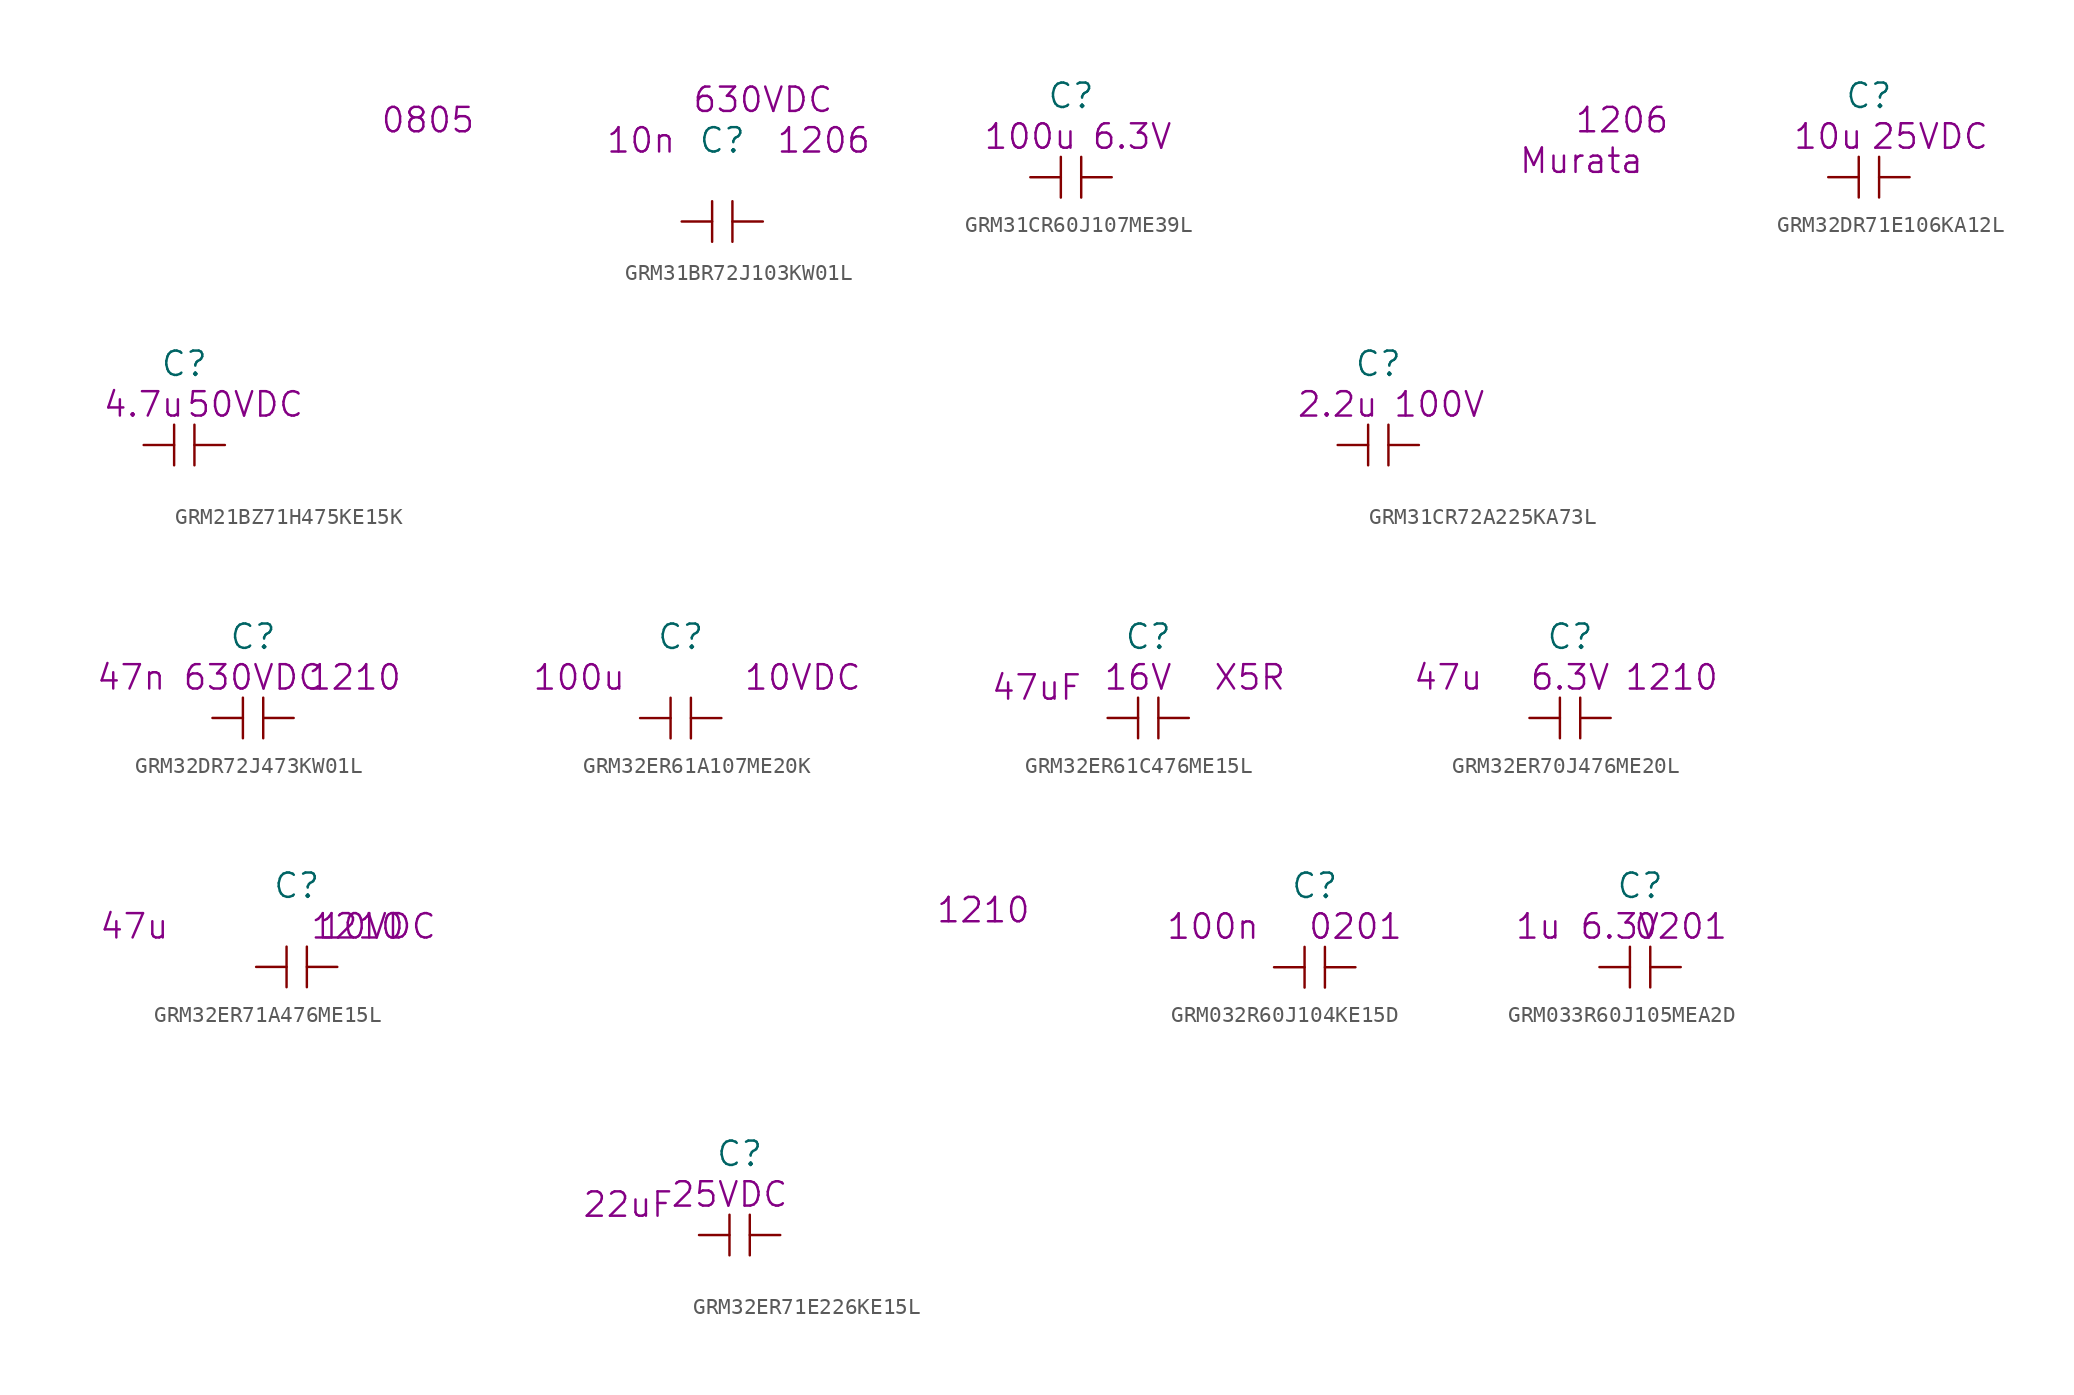
<source format=kicad_sym>
(kicad_symbol_lib
  (version 20220914)
  (generator kicad_symbol_editor)
  (symbol "GRM21BZ71H475KE15K"
    (pin_numbers hide)
    (pin_names
      (offset 1.016) hide)
    (property "Reference" "C"
      (at 0 5.08 0)
      (effects (font (size 1.524 1.524))))
    (property "Value2" "4.7u"
      (at -2.54 2.54 0)
      (effects (font (size 1.524 1.524))))
    (property "Rating" "50VDC"
      (at 3.81 2.54 0)
      (effects (font (size 1.524 1.524))))
    (property "Size" "0805"
      (at 15.24 20.32 0)
      (effects (font (size 1.524 1.524))))
    (symbol "GRM21BZ71H475KE15K_0_1"
      (polyline (pts (xy -0.635 -1.27) (xy -0.635 1.27)) (stroke (width 0) (type solid)) (fill (type none)))
      (polyline (pts (xy 0.635 1.27) (xy 0.635 -1.27)) (stroke (width 0) (type solid)) (fill (type none))))
    (symbol "GRM21BZ71H475KE15K_1_1"
      (pin passive line (at -2.54 0 0) (length 1.905) (name "1" (effects (font (size 1.27 1.27)))) (number "1" (effects (font (size 1.27 1.27)))))
      (pin passive line (at 2.54 0 180) (length 1.905) (name "2" (effects (font (size 1.27 1.27)))) (number "2" (effects (font (size 1.27 1.27)))))))
  (symbol "GRM31BR72J103KW01L"
    (pin_numbers hide)
    (pin_names
      (offset 1.016) hide)
    (property "Reference" "C"
      (at 0 5.08 0)
      (effects (font (size 1.524 1.524))))
    (property "Datasheet" ""
      (at 0 5.08 0)
      (effects (font (size 1.524 1.524))))
    (property "Value2" "10n"
      (at -5.08 5.08 0)
      (effects (font (size 1.524 1.524))))
    (property "Size" "1206"
      (at 6.35 5.08 0)
      (effects (font (size 1.524 1.524))))
    (property "Rating" "630VDC"
      (at 2.54 7.62 0)
      (effects (font (size 1.524 1.524))))
    (symbol "GRM31BR72J103KW01L_0_1"
      (polyline (pts (xy -0.635 -1.27) (xy -0.635 1.27)) (stroke (width 0) (type solid)) (fill (type none)))
      (polyline (pts (xy 0.635 1.27) (xy 0.635 -1.27)) (stroke (width 0) (type solid)) (fill (type none))))
    (symbol "GRM31BR72J103KW01L_1_1"
      (pin passive line (at -2.54 0 0) (length 1.905) (name "1" (effects (font (size 1.27 1.27)))) (number "1" (effects (font (size 1.27 1.27)))))
      (pin passive line (at 2.54 0 180) (length 1.905) (name "2" (effects (font (size 1.27 1.27)))) (number "2" (effects (font (size 1.27 1.27)))))))
  (symbol "GRM31CR60J107ME39L"
    (pin_numbers hide)
    (pin_names
      (offset 1.016) hide)
    (property "Reference" "C"
      (at 0 5.08 0)
      (effects (font (size 1.524 1.524))))
    (property "Datasheet" ""
      (at 0 0 0)
      (effects (font (size 1.524 1.524))))
    (property "Value2" "100u"
      (at -2.54 2.54 0)
      (effects (font (size 1.524 1.524))))
    (property "Rating" "6.3V"
      (at 3.81 2.54 0)
      (effects (font (size 1.524 1.524))))
    (symbol "GRM31CR60J107ME39L_0_1"
      (polyline (pts (xy -0.635 -1.27) (xy -0.635 1.27)) (stroke (width 0) (type solid)) (fill (type none)))
      (polyline (pts (xy 0.635 1.27) (xy 0.635 -1.27)) (stroke (width 0) (type solid)) (fill (type none))))
    (symbol "GRM31CR60J107ME39L_1_1"
      (pin input line (at -2.54 0 0) (length 1.905) (name "1" (effects (font (size 1.27 1.27)))) (number "1" (effects (font (size 1.27 1.27)))))
      (pin input line (at 2.54 0 180) (length 1.905) (name "2" (effects (font (size 1.27 1.27)))) (number "2" (effects (font (size 1.27 1.27)))))))
  (symbol "GRM31CR72A225KA73L"
    (pin_numbers hide)
    (pin_names
      (offset 1.016) hide)
    (property "Reference" "C"
      (at 0 5.08 0)
      (effects (font (size 1.524 1.524))))
    (property "Value2" "2.2u"
      (at -2.54 2.54 0)
      (effects (font (size 1.524 1.524))))
    (property "Rating" "100V"
      (at 3.81 2.54 0)
      (effects (font (size 1.524 1.524))))
    (property "Manufacturer" "Murata"
      (at 12.7 17.78 0)
      (effects (font (size 1.524 1.524))))
    (property "Size" "1206"
      (at 15.24 20.32 0)
      (effects (font (size 1.524 1.524))))
    (symbol "GRM31CR72A225KA73L_0_1"
      (polyline (pts (xy -0.635 -1.27) (xy -0.635 1.27)) (stroke (width 0) (type solid)) (fill (type none)))
      (polyline (pts (xy 0.635 1.27) (xy 0.635 -1.27)) (stroke (width 0) (type solid)) (fill (type none))))
    (symbol "GRM31CR72A225KA73L_1_1"
      (pin passive line (at -2.54 0 0) (length 1.905) (name "1" (effects (font (size 1.27 1.27)))) (number "1" (effects (font (size 1.27 1.27)))))
      (pin passive line (at 2.54 0 180) (length 1.905) (name "2" (effects (font (size 1.27 1.27)))) (number "2" (effects (font (size 1.27 1.27)))))))
  (symbol "GRM32DR71E106KA12L"
    (pin_numbers hide)
    (pin_names
      (offset 1.016) hide)
    (property "Reference" "C"
      (at 0 5.08 0)
      (effects (font (size 1.524 1.524))))
    (property "Datasheet" ""
      (at 0 5.08 0)
      (effects (font (size 1.524 1.524))))
    (property "Value2" "10u"
      (at -2.54 2.54 0)
      (effects (font (size 1.524 1.524))))
    (property "Rating" "25VDC"
      (at 3.81 2.54 0)
      (effects (font (size 1.524 1.524))))
    (symbol "GRM32DR71E106KA12L_0_1"
      (polyline (pts (xy -0.635 -1.27) (xy -0.635 1.27)) (stroke (width 0) (type solid)) (fill (type none)))
      (polyline (pts (xy 0.635 1.27) (xy 0.635 -1.27)) (stroke (width 0) (type solid)) (fill (type none))))
    (symbol "GRM32DR71E106KA12L_1_1"
      (pin passive line (at -2.54 0 0) (length 1.905) (name "1" (effects (font (size 1.27 1.27)))) (number "1" (effects (font (size 1.27 1.27)))))
      (pin passive line (at 2.54 0 180) (length 1.905) (name "2" (effects (font (size 1.27 1.27)))) (number "2" (effects (font (size 1.27 1.27)))))))
  (symbol "GRM32DR72J473KW01L"
    (pin_numbers hide)
    (pin_names
      (offset 1.016) hide)
    (property "Reference" "C"
      (at 0 5.08 0)
      (effects (font (size 1.524 1.524))))
    (property "Capacity" "47n"
      (at -7.62 2.54 0)
      (effects (font (size 1.524 1.524))))
    (property "Volt" "630VDC"
      (at 0 2.54 0)
      (effects (font (size 1.524 1.524))))
    (property "Size" "1210"
      (at 6.35 2.54 0)
      (effects (font (size 1.524 1.524))))
    (symbol "GRM32DR72J473KW01L_0_1"
      (polyline (pts (xy -0.635 -1.27) (xy -0.635 1.27)) (stroke (width 0) (type solid)) (fill (type none)))
      (polyline (pts (xy 0.635 1.27) (xy 0.635 -1.27)) (stroke (width 0) (type solid)) (fill (type none))))
    (symbol "GRM32DR72J473KW01L_1_1"
      (pin passive line (at -2.54 0 0) (length 1.905) (name "1" (effects (font (size 1.27 1.27)))) (number "1" (effects (font (size 1.27 1.27)))))
      (pin passive line (at 2.54 0 180) (length 1.905) (name "2" (effects (font (size 1.27 1.27)))) (number "2" (effects (font (size 1.27 1.27)))))))
  (symbol "GRM32ER61A107ME20K"
    (pin_numbers hide)
    (pin_names
      (offset 1.016) hide)
    (property "Reference" "C"
      (at 0 5.08 0)
      (effects (font (size 1.524 1.524))))
    (property "Datasheet" ""
      (at 0 5.08 0)
      (effects (font (size 1.524 1.524))))
    (property "Rating" "10VDC"
      (at 7.62 2.54 0)
      (effects (font (size 1.524 1.524))))
    (property "Value2" "100u"
      (at -6.35 2.54 0)
      (effects (font (size 1.524 1.524))))
    (symbol "GRM32ER61A107ME20K_0_1"
      (polyline (pts (xy -0.635 -1.27) (xy -0.635 1.27)) (stroke (width 0) (type solid)) (fill (type none)))
      (polyline (pts (xy 0.635 1.27) (xy 0.635 -1.27)) (stroke (width 0) (type solid)) (fill (type none))))
    (symbol "GRM32ER61A107ME20K_1_1"
      (pin passive line (at -2.54 0 0) (length 1.905) (name "1" (effects (font (size 1.27 1.27)))) (number "1" (effects (font (size 1.27 1.27)))))
      (pin passive line (at 2.54 0 180) (length 1.905) (name "2" (effects (font (size 1.27 1.27)))) (number "2" (effects (font (size 1.27 1.27)))))))
  (symbol "GRM32ER61C476ME15L"
    (pin_numbers hide)
    (pin_names
      (offset 1.016) hide)
    (property "Reference" "C"
      (at 0 5.08 0)
      (effects (font (size 1.524 1.524))))
    (property "Value2" "47uF"
      (at -6.985 1.905 0)
      (effects (font (size 1.524 1.524))))
    (property "Rating" "16V"
      (at -0.635 2.54 0)
      (effects (font (size 1.524 1.524))))
    (property "Dielectric" "X5R"
      (at 6.35 2.54 0)
      (effects (font (size 1.524 1.524))))
    (symbol "GRM32ER61C476ME15L_0_1"
      (polyline (pts (xy -0.635 -1.27) (xy -0.635 1.27)) (stroke (width 0) (type solid)) (fill (type none)))
      (polyline (pts (xy 0.635 1.27) (xy 0.635 -1.27)) (stroke (width 0) (type solid)) (fill (type none))))
    (symbol "GRM32ER61C476ME15L_1_1"
      (pin input line (at -2.54 0 0) (length 1.905) (name "1" (effects (font (size 1.27 1.27)))) (number "1" (effects (font (size 1.27 1.27)))))
      (pin input line (at 2.54 0 180) (length 1.905) (name "2" (effects (font (size 1.27 1.27)))) (number "2" (effects (font (size 1.27 1.27)))))))
  (symbol "GRM32ER70J476ME20L"
    (pin_numbers hide)
    (pin_names
      (offset 1.016) hide)
    (property "Reference" "C"
      (at 0 5.08 0)
      (effects (font (size 1.524 1.524))))
    (property "Capacity" "47u"
      (at -7.62 2.54 0)
      (effects (font (size 1.524 1.524))))
    (property "Volt" "6.3V"
      (at 0 2.54 0)
      (effects (font (size 1.524 1.524))))
    (property "Size" "1210"
      (at 6.35 2.54 0)
      (effects (font (size 1.524 1.524))))
    (symbol "GRM32ER70J476ME20L_0_1"
      (polyline (pts (xy -0.635 -1.27) (xy -0.635 1.27)) (stroke (width 0) (type solid)) (fill (type none)))
      (polyline (pts (xy 0.635 1.27) (xy 0.635 -1.27)) (stroke (width 0) (type solid)) (fill (type none))))
    (symbol "GRM32ER70J476ME20L_1_1"
      (pin passive line (at -2.54 0 0) (length 1.905) (name "1" (effects (font (size 1.27 1.27)))) (number "1" (effects (font (size 1.27 1.27)))))
      (pin passive line (at 2.54 0 180) (length 1.905) (name "2" (effects (font (size 1.27 1.27)))) (number "2" (effects (font (size 1.27 1.27)))))))
  (symbol "GRM32ER71A476ME15L"
    (pin_numbers hide)
    (pin_names
      (offset 1.016) hide)
    (property "Reference" "C"
      (at 0 5.08 0)
      (effects (font (size 1.524 1.524))))
    (property "Datasheet" ""
      (at 0 5.08 0)
      (effects (font (size 1.524 1.524))))
    (property "Value2" "47u"
      (at -10.16 2.54 0)
      (effects (font (size 1.524 1.524))))
    (property "Rating" "10VDC"
      (at 5.08 2.54 0)
      (effects (font (size 1.524 1.524))))
    (property "Size" "1210"
      (at 3.81 2.54 0)
      (effects (font (size 1.524 1.524))))
    (symbol "GRM32ER71A476ME15L_0_1"
      (polyline (pts (xy -0.635 -1.27) (xy -0.635 1.27)) (stroke (width 0) (type solid)) (fill (type none)))
      (polyline (pts (xy 0.635 1.27) (xy 0.635 -1.27)) (stroke (width 0) (type solid)) (fill (type none))))
    (symbol "GRM32ER71A476ME15L_1_1"
      (pin passive line (at -2.54 0 0) (length 1.905) (name "1" (effects (font (size 1.27 1.27)))) (number "1" (effects (font (size 1.27 1.27)))))
      (pin passive line (at 2.54 0 180) (length 1.905) (name "2" (effects (font (size 1.27 1.27)))) (number "2" (effects (font (size 1.27 1.27)))))))
  (symbol "GRM32ER71E226KE15L"
    (pin_numbers hide)
    (pin_names
      (offset 1.016) hide)
    (property "Reference" "C"
      (at 0 5.08 0)
      (effects (font (size 1.524 1.524))))
    (property "Value2" "22uF"
      (at -6.985 1.905 0)
      (effects (font (size 1.524 1.524))))
    (property "Rating" "25VDC"
      (at -0.635 2.54 0)
      (effects (font (size 1.524 1.524))))
    (property "Size" "1210"
      (at 15.24 20.32 0)
      (effects (font (size 1.524 1.524))))
    (symbol "GRM32ER71E226KE15L_0_1"
      (polyline (pts (xy -0.635 -1.27) (xy -0.635 1.27)) (stroke (width 0) (type solid)) (fill (type none)))
      (polyline (pts (xy 0.635 1.27) (xy 0.635 -1.27)) (stroke (width 0) (type solid)) (fill (type none))))
    (symbol "GRM32ER71E226KE15L_1_1"
      (pin passive line (at -2.54 0 0) (length 1.905) (name "1" (effects (font (size 1.27 1.27)))) (number "1" (effects (font (size 1.27 1.27)))))
      (pin passive line (at 2.54 0 180) (length 1.905) (name "2" (effects (font (size 1.27 1.27)))) (number "2" (effects (font (size 1.27 1.27)))))))
  (symbol "GRM032R60J104KE15D"
    (pin_numbers hide)
    (pin_names
      (offset 1.016) hide)
    (property "Reference" "C"
      (at 0 5.08 0)
      (effects (font (size 1.524 1.524))))
    (property "Size" "0201"
      (at 2.54 2.54 0)
      (effects (font (size 1.524 1.524))))
    (property "Value2" "100n"
      (at -6.35 2.54 0)
      (effects (font (size 1.524 1.524))))
    (symbol "GRM032R60J104KE15D_0_1"
      (polyline (pts (xy -0.635 -1.27) (xy -0.635 1.27)) (stroke (width 0) (type solid)) (fill (type none)))
      (polyline (pts (xy 0.635 1.27) (xy 0.635 -1.27)) (stroke (width 0) (type solid)) (fill (type none))))
    (symbol "GRM032R60J104KE15D_1_1"
      (pin passive line (at -2.54 0 0) (length 1.905) (name "1" (effects (font (size 1.27 1.27)))) (number "1" (effects (font (size 1.27 1.27)))))
      (pin passive line (at 2.54 0 180) (length 1.905) (name "2" (effects (font (size 1.27 1.27)))) (number "2" (effects (font (size 1.27 1.27)))))))
  (symbol "GRM033R60J105MEA2D"
    (pin_numbers hide)
    (pin_names
      (offset 1.016) hide)
    (property "Reference" "C"
      (at 0 5.08 0)
      (effects (font (size 1.524 1.524))))
    (property "Size" "0201"
      (at 2.54 2.54 0)
      (effects (font (size 1.524 1.524))))
    (property "Value2" "1u"
      (at -6.35 2.54 0)
      (effects (font (size 1.524 1.524))))
    (property "Rating" "6.3V"
      (at -1.27 2.54 0)
      (effects (font (size 1.524 1.524))))
    (symbol "GRM033R60J105MEA2D_0_1"
      (polyline (pts (xy -0.635 -1.27) (xy -0.635 1.27)) (stroke (width 0) (type solid)) (fill (type none)))
      (polyline (pts (xy 0.635 1.27) (xy 0.635 -1.27)) (stroke (width 0) (type solid)) (fill (type none))))
    (symbol "GRM033R60J105MEA2D_1_1"
      (pin passive line (at -2.54 0 0) (length 1.905) (name "1" (effects (font (size 1.27 1.27)))) (number "1" (effects (font (size 1.27 1.27)))))
      (pin passive line (at 2.54 0 180) (length 1.905) (name "2" (effects (font (size 1.27 1.27)))) (number "2" (effects (font (size 1.27 1.27))))))))
</source>
